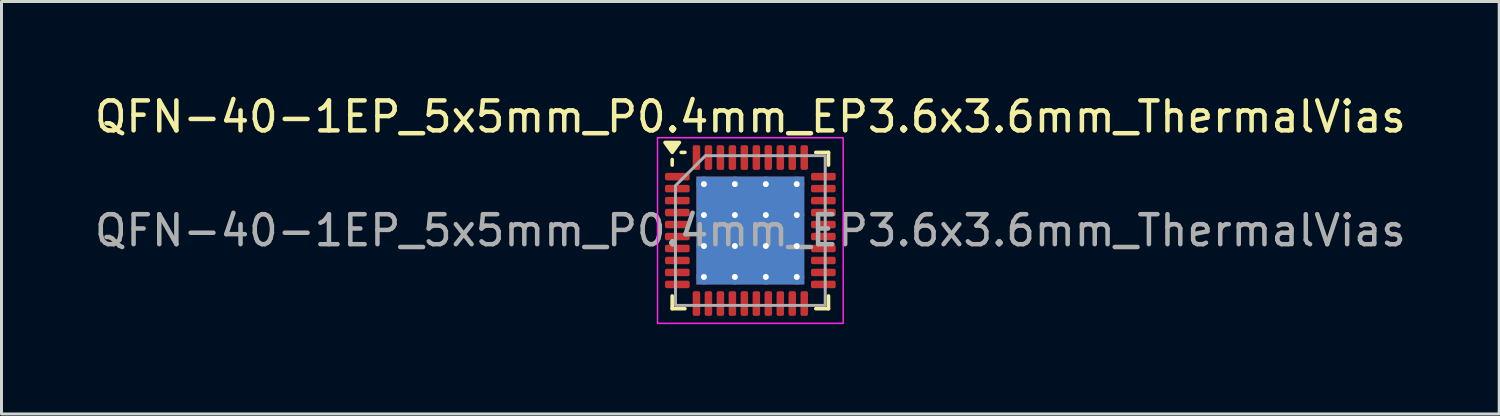
<source format=kicad_pcb>
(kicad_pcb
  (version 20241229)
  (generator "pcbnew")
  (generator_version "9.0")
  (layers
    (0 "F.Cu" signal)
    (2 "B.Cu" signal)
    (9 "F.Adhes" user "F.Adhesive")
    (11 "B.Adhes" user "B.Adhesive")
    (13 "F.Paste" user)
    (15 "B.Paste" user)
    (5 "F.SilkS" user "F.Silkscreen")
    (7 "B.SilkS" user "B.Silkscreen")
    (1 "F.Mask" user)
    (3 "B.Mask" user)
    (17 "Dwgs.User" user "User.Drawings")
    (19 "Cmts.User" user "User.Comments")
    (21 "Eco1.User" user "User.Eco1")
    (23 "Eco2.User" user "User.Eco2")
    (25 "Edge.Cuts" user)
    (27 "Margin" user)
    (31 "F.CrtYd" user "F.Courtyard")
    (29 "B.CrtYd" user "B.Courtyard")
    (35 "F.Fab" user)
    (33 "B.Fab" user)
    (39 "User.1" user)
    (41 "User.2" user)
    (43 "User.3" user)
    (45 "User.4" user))
  (footprint "QFN-40-1EP_5x5mm_P0.4mm_EP3.6x3.6mm_ThermalVias"
    (layer "F.Cu")
    (at 22.006 4.648)
    (property "Reference" "QFN-40-1EP_5x5mm_P0.4mm_EP3.6x3.6mm_ThermalVias" (at 0 -3.8 0) (layer "F.SilkS") (effects (font (size 1 1) (thickness 0.15))))
    (attr smd)
    (fp_line (start -2.61 -2.185) (end -2.61 -2.37) (stroke (width 0.12) (type solid)) (layer "F.SilkS"))
    (fp_line (start -2.61 2.61) (end -2.61 2.185) (stroke (width 0.12) (type solid)) (layer "F.SilkS"))
    (fp_line (start -2.185 -2.61) (end -2.31 -2.61) (stroke (width 0.12) (type solid)) (layer "F.SilkS"))
    (fp_line (start -2.185 2.61) (end -2.61 2.61) (stroke (width 0.12) (type solid)) (layer "F.SilkS"))
    (fp_line (start 2.185 -2.61) (end 2.61 -2.61) (stroke (width 0.12) (type solid)) (layer "F.SilkS"))
    (fp_line (start 2.185 2.61) (end 2.61 2.61) (stroke (width 0.12) (type solid)) (layer "F.SilkS"))
    (fp_line (start 2.61 -2.61) (end 2.61 -2.185) (stroke (width 0.12) (type solid)) (layer "F.SilkS"))
    (fp_line (start 2.61 2.61) (end 2.61 2.185) (stroke (width 0.12) (type solid)) (layer "F.SilkS"))
    (fp_poly (pts (xy -2.61 -2.61) (xy -2.85 -2.94) (xy -2.37 -2.94)) (stroke (width 0.12) (type solid)) (fill yes) (layer "F.SilkS"))
    (fp_rect (start -3.1 -3.1) (end 3.1 3.1) (stroke (width 0.05) (type solid)) (fill no) (layer "F.CrtYd"))
    (fp_poly (pts (xy -2.5 -1.5) (xy -2.5 2.5) (xy 2.5 2.5) (xy 2.5 -2.5) (xy -1.5 -2.5)) (stroke (width 0.1) (type solid)) (fill no) (layer "F.Fab"))
    (fp_text user "${REFERENCE}" (at 0 0 0) (layer "F.Fab") (effects (font (size 1 1) (thickness 0.15))))
    (pad "" smd custom (at -1.033 -1.033) (size 0.803 0.803) (layers "F.Paste") (options (anchor circle)) (primitives (gr_poly (pts (xy -0.338 -0.233) (xy -0.233 -0.338) (xy 0.233 -0.338) (xy 0.338 -0.233) (xy 0.338 0.233) (xy 0.233 0.338) (xy -0.233 0.338) (xy -0.338 0.233)) (width 0.253) (fill yes))))
    (pad "" smd custom (at -1.033 0) (size 0.803 0.803) (layers "F.Paste") (options (anchor circle)) (primitives (gr_poly (pts (xy -0.338 -0.233) (xy -0.233 -0.338) (xy 0.233 -0.338) (xy 0.338 -0.233) (xy 0.338 0.233) (xy 0.233 0.338) (xy -0.233 0.338) (xy -0.338 0.233)) (width 0.253) (fill yes))))
    (pad "" smd custom (at -1.033 1.033) (size 0.803 0.803) (layers "F.Paste") (options (anchor circle)) (primitives (gr_poly (pts (xy -0.338 -0.233) (xy -0.233 -0.338) (xy 0.233 -0.338) (xy 0.338 -0.233) (xy 0.338 0.233) (xy 0.233 0.338) (xy -0.233 0.338) (xy -0.338 0.233)) (width 0.253) (fill yes))))
    (pad "" smd custom (at 0 -1.033) (size 0.803 0.803) (layers "F.Paste") (options (anchor circle)) (primitives (gr_poly (pts (xy -0.338 -0.233) (xy -0.233 -0.338) (xy 0.233 -0.338) (xy 0.338 -0.233) (xy 0.338 0.233) (xy 0.233 0.338) (xy -0.233 0.338) (xy -0.338 0.233)) (width 0.253) (fill yes))))
    (pad "" smd custom (at 0 0) (size 0.803 0.803) (layers "F.Paste") (options (anchor circle)) (primitives (gr_poly (pts (xy -0.338 -0.233) (xy -0.233 -0.338) (xy 0.233 -0.338) (xy 0.338 -0.233) (xy 0.338 0.233) (xy 0.233 0.338) (xy -0.233 0.338) (xy -0.338 0.233)) (width 0.253) (fill yes))))
    (pad "" smd custom (at 0 1.033) (size 0.803 0.803) (layers "F.Paste") (options (anchor circle)) (primitives (gr_poly (pts (xy -0.338 -0.233) (xy -0.233 -0.338) (xy 0.233 -0.338) (xy 0.338 -0.233) (xy 0.338 0.233) (xy 0.233 0.338) (xy -0.233 0.338) (xy -0.338 0.233)) (width 0.253) (fill yes))))
    (pad "" smd custom (at 1.033 -1.033) (size 0.803 0.803) (layers "F.Paste") (options (anchor circle)) (primitives (gr_poly (pts (xy -0.338 -0.233) (xy -0.233 -0.338) (xy 0.233 -0.338) (xy 0.338 -0.233) (xy 0.338 0.233) (xy 0.233 0.338) (xy -0.233 0.338) (xy -0.338 0.233)) (width 0.253) (fill yes))))
    (pad "" smd custom (at 1.033 0) (size 0.803 0.803) (layers "F.Paste") (options (anchor circle)) (primitives (gr_poly (pts (xy -0.338 -0.233) (xy -0.233 -0.338) (xy 0.233 -0.338) (xy 0.338 -0.233) (xy 0.338 0.233) (xy 0.233 0.338) (xy -0.233 0.338) (xy -0.338 0.233)) (width 0.253) (fill yes))))
    (pad "" smd custom (at 1.033 1.033) (size 0.803 0.803) (layers "F.Paste") (options (anchor circle)) (primitives (gr_poly (pts (xy -0.338 -0.233) (xy -0.233 -0.338) (xy 0.233 -0.338) (xy 0.338 -0.233) (xy 0.338 0.233) (xy 0.233 0.338) (xy -0.233 0.338) (xy -0.338 0.233)) (width 0.253) (fill yes))))
    (pad "1" smd roundrect (at -2.438 -1.8) (size 0.825 0.25) (layers "F.Cu" "F.Mask" "F.Paste") (roundrect_rratio 0.25))
    (pad "2" smd roundrect (at -2.438 -1.4) (size 0.825 0.25) (layers "F.Cu" "F.Mask" "F.Paste") (roundrect_rratio 0.25))
    (pad "3" smd roundrect (at -2.438 -1) (size 0.825 0.25) (layers "F.Cu" "F.Mask" "F.Paste") (roundrect_rratio 0.25))
    (pad "4" smd roundrect (at -2.438 -0.6) (size 0.825 0.25) (layers "F.Cu" "F.Mask" "F.Paste") (roundrect_rratio 0.25))
    (pad "5" smd roundrect (at -2.438 -0.2) (size 0.825 0.25) (layers "F.Cu" "F.Mask" "F.Paste") (roundrect_rratio 0.25))
    (pad "6" smd roundrect (at -2.438 0.2) (size 0.825 0.25) (layers "F.Cu" "F.Mask" "F.Paste") (roundrect_rratio 0.25))
    (pad "7" smd roundrect (at -2.438 0.6) (size 0.825 0.25) (layers "F.Cu" "F.Mask" "F.Paste") (roundrect_rratio 0.25))
    (pad "8" smd roundrect (at -2.438 1) (size 0.825 0.25) (layers "F.Cu" "F.Mask" "F.Paste") (roundrect_rratio 0.25))
    (pad "9" smd roundrect (at -2.438 1.4) (size 0.825 0.25) (layers "F.Cu" "F.Mask" "F.Paste") (roundrect_rratio 0.25))
    (pad "10" smd roundrect (at -2.438 1.8) (size 0.825 0.25) (layers "F.Cu" "F.Mask" "F.Paste") (roundrect_rratio 0.25))
    (pad "11" smd roundrect (at -1.8 2.438) (size 0.25 0.825) (layers "F.Cu" "F.Mask" "F.Paste") (roundrect_rratio 0.25))
    (pad "12" smd roundrect (at -1.4 2.438) (size 0.25 0.825) (layers "F.Cu" "F.Mask" "F.Paste") (roundrect_rratio 0.25))
    (pad "13" smd roundrect (at -1 2.438) (size 0.25 0.825) (layers "F.Cu" "F.Mask" "F.Paste") (roundrect_rratio 0.25))
    (pad "14" smd roundrect (at -0.6 2.438) (size 0.25 0.825) (layers "F.Cu" "F.Mask" "F.Paste") (roundrect_rratio 0.25))
    (pad "15" smd roundrect (at -0.2 2.438) (size 0.25 0.825) (layers "F.Cu" "F.Mask" "F.Paste") (roundrect_rratio 0.25))
    (pad "16" smd roundrect (at 0.2 2.438) (size 0.25 0.825) (layers "F.Cu" "F.Mask" "F.Paste") (roundrect_rratio 0.25))
    (pad "17" smd roundrect (at 0.6 2.438) (size 0.25 0.825) (layers "F.Cu" "F.Mask" "F.Paste") (roundrect_rratio 0.25))
    (pad "18" smd roundrect (at 1 2.438) (size 0.25 0.825) (layers "F.Cu" "F.Mask" "F.Paste") (roundrect_rratio 0.25))
    (pad "19" smd roundrect (at 1.4 2.438) (size 0.25 0.825) (layers "F.Cu" "F.Mask" "F.Paste") (roundrect_rratio 0.25))
    (pad "20" smd roundrect (at 1.8 2.438) (size 0.25 0.825) (layers "F.Cu" "F.Mask" "F.Paste") (roundrect_rratio 0.25))
    (pad "21" smd roundrect (at 2.438 1.8) (size 0.825 0.25) (layers "F.Cu" "F.Mask" "F.Paste") (roundrect_rratio 0.25))
    (pad "22" smd roundrect (at 2.438 1.4) (size 0.825 0.25) (layers "F.Cu" "F.Mask" "F.Paste") (roundrect_rratio 0.25))
    (pad "23" smd roundrect (at 2.438 1) (size 0.825 0.25) (layers "F.Cu" "F.Mask" "F.Paste") (roundrect_rratio 0.25))
    (pad "24" smd roundrect (at 2.438 0.6) (size 0.825 0.25) (layers "F.Cu" "F.Mask" "F.Paste") (roundrect_rratio 0.25))
    (pad "25" smd roundrect (at 2.438 0.2) (size 0.825 0.25) (layers "F.Cu" "F.Mask" "F.Paste") (roundrect_rratio 0.25))
    (pad "26" smd roundrect (at 2.438 -0.2) (size 0.825 0.25) (layers "F.Cu" "F.Mask" "F.Paste") (roundrect_rratio 0.25))
    (pad "27" smd roundrect (at 2.438 -0.6) (size 0.825 0.25) (layers "F.Cu" "F.Mask" "F.Paste") (roundrect_rratio 0.25))
    (pad "28" smd roundrect (at 2.438 -1) (size 0.825 0.25) (layers "F.Cu" "F.Mask" "F.Paste") (roundrect_rratio 0.25))
    (pad "29" smd roundrect (at 2.438 -1.4) (size 0.825 0.25) (layers "F.Cu" "F.Mask" "F.Paste") (roundrect_rratio 0.25))
    (pad "30" smd roundrect (at 2.438 -1.8) (size 0.825 0.25) (layers "F.Cu" "F.Mask" "F.Paste") (roundrect_rratio 0.25))
    (pad "31" smd roundrect (at 1.8 -2.438) (size 0.25 0.825) (layers "F.Cu" "F.Mask" "F.Paste") (roundrect_rratio 0.25))
    (pad "32" smd roundrect (at 1.4 -2.438) (size 0.25 0.825) (layers "F.Cu" "F.Mask" "F.Paste") (roundrect_rratio 0.25))
    (pad "33" smd roundrect (at 1 -2.438) (size 0.25 0.825) (layers "F.Cu" "F.Mask" "F.Paste") (roundrect_rratio 0.25))
    (pad "34" smd roundrect (at 0.6 -2.438) (size 0.25 0.825) (layers "F.Cu" "F.Mask" "F.Paste") (roundrect_rratio 0.25))
    (pad "35" smd roundrect (at 0.2 -2.438) (size 0.25 0.825) (layers "F.Cu" "F.Mask" "F.Paste") (roundrect_rratio 0.25))
    (pad "36" smd roundrect (at -0.2 -2.438) (size 0.25 0.825) (layers "F.Cu" "F.Mask" "F.Paste") (roundrect_rratio 0.25))
    (pad "37" smd roundrect (at -0.6 -2.438) (size 0.25 0.825) (layers "F.Cu" "F.Mask" "F.Paste") (roundrect_rratio 0.25))
    (pad "38" smd roundrect (at -1 -2.438) (size 0.25 0.825) (layers "F.Cu" "F.Mask" "F.Paste") (roundrect_rratio 0.25))
    (pad "39" smd roundrect (at -1.4 -2.438) (size 0.25 0.825) (layers "F.Cu" "F.Mask" "F.Paste") (roundrect_rratio 0.25))
    (pad "40" smd roundrect (at -1.8 -2.438) (size 0.25 0.825) (layers "F.Cu" "F.Mask" "F.Paste") (roundrect_rratio 0.25))
    (pad "41" thru_hole circle (at -1.55 -1.55) (size 0.5 0.5) (drill 0.2) (property pad_prop_heatsink) (layers "*.Cu"))
    (pad "41" thru_hole circle (at -1.55 -0.517) (size 0.5 0.5) (drill 0.2) (property pad_prop_heatsink) (layers "*.Cu"))
    (pad "41" thru_hole circle (at -1.55 0.517) (size 0.5 0.5) (drill 0.2) (property pad_prop_heatsink) (layers "*.Cu"))
    (pad "41" thru_hole circle (at -1.55 1.55) (size 0.5 0.5) (drill 0.2) (property pad_prop_heatsink) (layers "*.Cu"))
    (pad "41" thru_hole circle (at -0.517 -1.55) (size 0.5 0.5) (drill 0.2) (property pad_prop_heatsink) (layers "*.Cu"))
    (pad "41" thru_hole circle (at -0.517 -0.517) (size 0.5 0.5) (drill 0.2) (property pad_prop_heatsink) (layers "*.Cu"))
    (pad "41" thru_hole circle (at -0.517 0.517) (size 0.5 0.5) (drill 0.2) (property pad_prop_heatsink) (layers "*.Cu"))
    (pad "41" thru_hole circle (at -0.517 1.55) (size 0.5 0.5) (drill 0.2) (property pad_prop_heatsink) (layers "*.Cu"))
    (pad "41" smd rect (at 0 0) (size 3.6 3.6) (property pad_prop_heatsink) (layers "F.Cu" "F.Mask"))
    (pad "41" smd rect (at 0 0) (size 3.6 3.6) (property pad_prop_heatsink) (layers "B.Cu"))
    (pad "41" thru_hole circle (at 0.517 -1.55) (size 0.5 0.5) (drill 0.2) (property pad_prop_heatsink) (layers "*.Cu"))
    (pad "41" thru_hole circle (at 0.517 -0.517) (size 0.5 0.5) (drill 0.2) (property pad_prop_heatsink) (layers "*.Cu"))
    (pad "41" thru_hole circle (at 0.517 0.517) (size 0.5 0.5) (drill 0.2) (property pad_prop_heatsink) (layers "*.Cu"))
    (pad "41" thru_hole circle (at 0.517 1.55) (size 0.5 0.5) (drill 0.2) (property pad_prop_heatsink) (layers "*.Cu"))
    (pad "41" thru_hole circle (at 1.55 -1.55) (size 0.5 0.5) (drill 0.2) (property pad_prop_heatsink) (layers "*.Cu"))
    (pad "41" thru_hole circle (at 1.55 -0.517) (size 0.5 0.5) (drill 0.2) (property pad_prop_heatsink) (layers "*.Cu"))
    (pad "41" thru_hole circle (at 1.55 0.517) (size 0.5 0.5) (drill 0.2) (property pad_prop_heatsink) (layers "*.Cu"))
    (pad "41" thru_hole circle (at 1.55 1.55) (size 0.5 0.5) (drill 0.2) (property pad_prop_heatsink) (layers "*.Cu")))
  (gr_rect
    (start -3 -3)
    (end 47.012 10.773)
    (stroke (width 0.1) (type default))
    (fill no)
    (layer "Edge.Cuts")))
</source>
